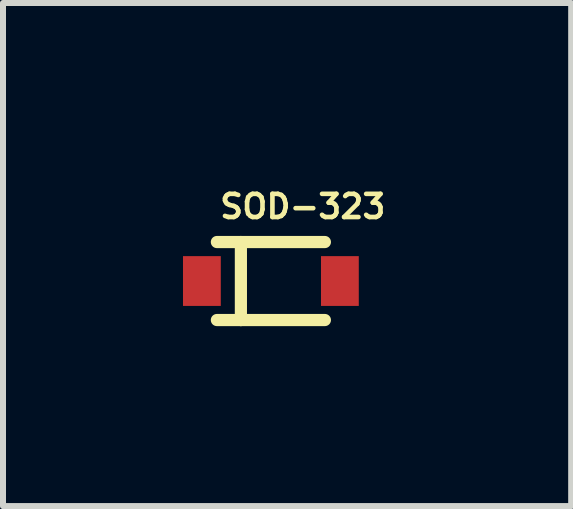
<source format=kicad_pcb>
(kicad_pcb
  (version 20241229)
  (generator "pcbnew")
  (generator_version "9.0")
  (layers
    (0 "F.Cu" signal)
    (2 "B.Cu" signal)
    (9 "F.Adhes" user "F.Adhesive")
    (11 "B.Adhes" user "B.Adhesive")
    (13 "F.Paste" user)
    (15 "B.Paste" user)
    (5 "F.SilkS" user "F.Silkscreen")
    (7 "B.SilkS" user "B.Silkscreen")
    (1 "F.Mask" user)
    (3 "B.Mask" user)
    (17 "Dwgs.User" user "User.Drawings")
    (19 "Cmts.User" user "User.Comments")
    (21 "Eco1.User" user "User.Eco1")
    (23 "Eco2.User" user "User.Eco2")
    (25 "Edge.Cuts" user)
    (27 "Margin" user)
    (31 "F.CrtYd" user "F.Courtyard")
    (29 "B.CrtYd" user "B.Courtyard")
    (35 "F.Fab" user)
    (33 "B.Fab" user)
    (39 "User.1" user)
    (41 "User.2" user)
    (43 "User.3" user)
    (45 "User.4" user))
  (footprint "SOD-323"
    (layer "F.Cu")
    (at 1.465 1.634)
    (property "Reference" "SOD-323" (at -0.889 -1.016 180) (layer "F.SilkS") (effects (font (size 0.386 0.386) (thickness 0.077)) (justify left bottom)))
    (attr through_hole)
    (fp_line (start -0.9 -0.65) (end -0.5 -0.65) (stroke (width 0.203) (type solid)) (layer "F.SilkS"))
    (fp_line (start -0.9 0.65) (end -0.5 0.65) (stroke (width 0.203) (type solid)) (layer "F.SilkS"))
    (fp_line (start -0.5 -0.65) (end -0.5 0.65) (stroke (width 0.203) (type solid)) (layer "F.SilkS"))
    (fp_line (start -0.5 -0.65) (end 0.9 -0.65) (stroke (width 0.203) (type solid)) (layer "F.SilkS"))
    (fp_line (start -0.5 0.65) (end 0.9 0.65) (stroke (width 0.203) (type solid)) (layer "F.SilkS"))
    (pad "1" smd rect (at -1.15 0) (size 0.63 0.83) (layers "F.Cu" "F.Mask" "F.Paste"))
    (pad "2" smd rect (at 1.15 0) (size 0.63 0.83) (layers "F.Cu" "F.Mask" "F.Paste")))
  (gr_rect
    (start -3 -3)
    (end 6.47 5.385)
    (stroke (width 0.1) (type default))
    (fill no)
    (layer "Edge.Cuts")))
</source>
